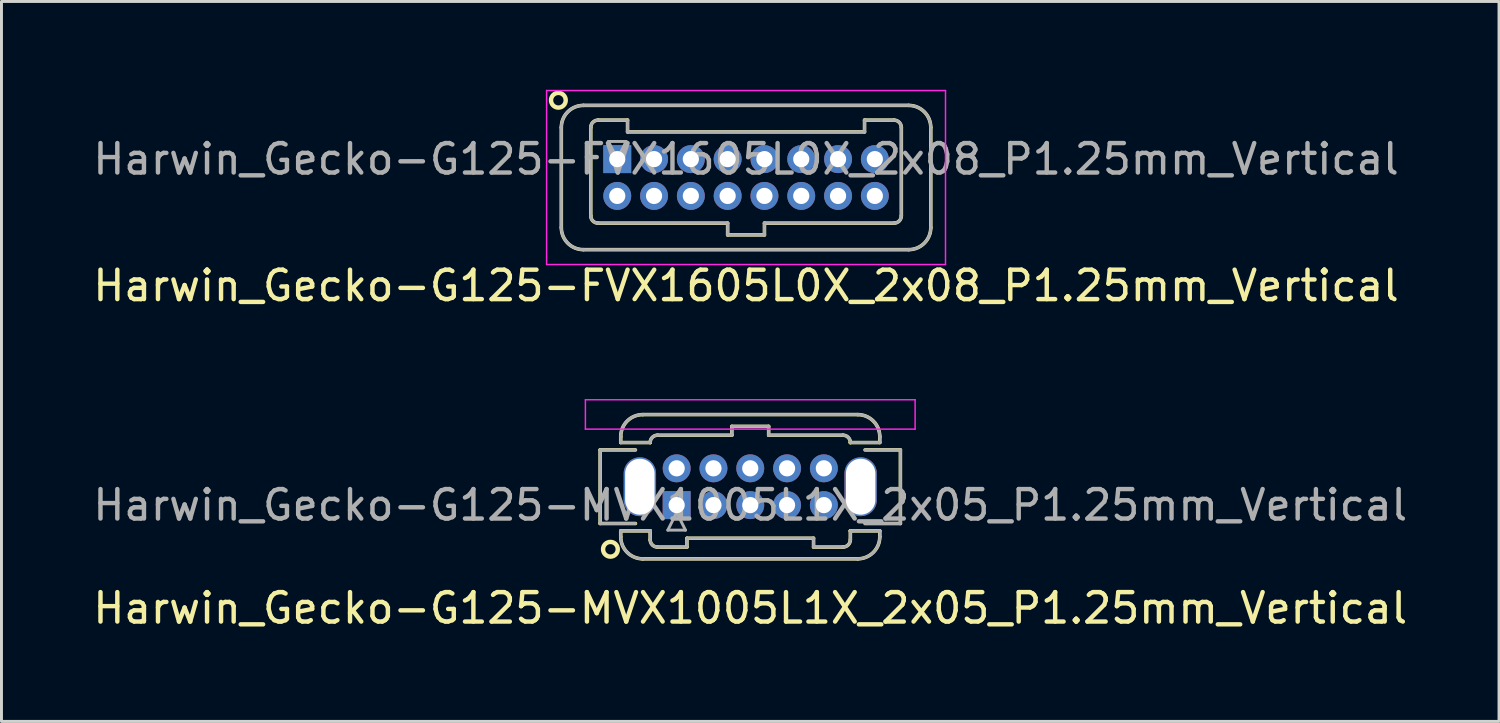
<source format=kicad_pcb>
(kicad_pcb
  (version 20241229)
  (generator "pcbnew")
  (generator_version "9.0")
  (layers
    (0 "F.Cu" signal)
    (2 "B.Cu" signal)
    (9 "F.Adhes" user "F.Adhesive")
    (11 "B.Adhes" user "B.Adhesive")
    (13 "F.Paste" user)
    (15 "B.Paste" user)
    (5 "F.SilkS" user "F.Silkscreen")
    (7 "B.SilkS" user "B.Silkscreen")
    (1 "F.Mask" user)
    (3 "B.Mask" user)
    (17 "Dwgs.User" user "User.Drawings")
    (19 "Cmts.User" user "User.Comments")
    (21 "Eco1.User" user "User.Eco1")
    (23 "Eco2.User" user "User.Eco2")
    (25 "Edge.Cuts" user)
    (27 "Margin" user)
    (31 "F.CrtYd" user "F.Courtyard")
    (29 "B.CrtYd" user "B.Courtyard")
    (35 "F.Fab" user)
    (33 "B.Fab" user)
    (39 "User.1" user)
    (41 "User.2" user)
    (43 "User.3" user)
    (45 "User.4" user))
  (footprint "Harwin_Gecko-G125-MVX1005L1X_2x05_P1.25mm_Vertical"
    (layer "F.Cu")
    (at 19.935 14.108)
    (property "Reference" "Harwin_Gecko-G125-MVX1005L1X_2x05_P1.25mm_Vertical" (at 2.5 3.5 0) (layer "F.SilkS") (effects (font (size 1 1) (thickness 0.15))))
    (attr through_hole)
    (fp_line (start -2.6 -1.875) (end -2.6 0.625) (stroke (width 0.12) (type solid)) (layer "F.SilkS"))
    (fp_line (start -2.6 0.625) (end -1.4 0.625) (stroke (width 0.12) (type solid)) (layer "F.SilkS"))
    (fp_line (start -1.9 -2.325) (end -1.9 -2.125) (stroke (width 0.12) (type solid)) (layer "F.SilkS"))
    (fp_line (start -1.9 -2.125) (end -0.9 -2.125) (stroke (width 0.12) (type solid)) (layer "F.SilkS"))
    (fp_line (start -1.9 0.875) (end -0.9 0.875) (stroke (width 0.12) (type solid)) (layer "F.SilkS"))
    (fp_line (start -1.9 1.075) (end -1.9 0.875) (stroke (width 0.12) (type solid)) (layer "F.SilkS"))
    (fp_line (start -1.4 -1.875) (end -2.6 -1.875) (stroke (width 0.12) (type solid)) (layer "F.SilkS"))
    (fp_line (start -1.15 -3.075) (end 6.15 -3.075) (stroke (width 0.12) (type solid)) (layer "F.SilkS"))
    (fp_line (start -1.15 1.825) (end 6.15 1.825) (stroke (width 0.12) (type solid)) (layer "F.SilkS"))
    (fp_line (start -0.9 -2.125) (end -0.9 -2.125) (stroke (width 0.12) (type solid)) (layer "F.SilkS"))
    (fp_line (start -0.9 0.875) (end -0.9 0.875) (stroke (width 0.12) (type solid)) (layer "F.SilkS"))
    (fp_line (start -0.9 1.175) (end -0.9 0.875) (stroke (width 0.12) (type solid)) (layer "F.SilkS"))
    (fp_line (start -0.65 -2.375) (end 1.875 -2.375) (stroke (width 0.12) (type solid)) (layer "F.SilkS"))
    (fp_line (start -0.65 1.425) (end 0.35 1.425) (stroke (width 0.12) (type solid)) (layer "F.SilkS"))
    (fp_line (start 0.35 1.125) (end 4.65 1.125) (stroke (width 0.12) (type solid)) (layer "F.SilkS"))
    (fp_line (start 0.35 1.425) (end 0.35 1.125) (stroke (width 0.12) (type solid)) (layer "F.SilkS"))
    (fp_line (start 1.875 -2.675) (end 3.125 -2.675) (stroke (width 0.12) (type solid)) (layer "F.SilkS"))
    (fp_line (start 1.875 -2.375) (end 1.875 -2.675) (stroke (width 0.12) (type solid)) (layer "F.SilkS"))
    (fp_line (start 3.125 -2.675) (end 3.125 -2.375) (stroke (width 0.12) (type solid)) (layer "F.SilkS"))
    (fp_line (start 3.125 -2.375) (end 5.65 -2.375) (stroke (width 0.12) (type solid)) (layer "F.SilkS"))
    (fp_line (start 4.65 1.125) (end 4.65 1.425) (stroke (width 0.12) (type solid)) (layer "F.SilkS"))
    (fp_line (start 4.65 1.425) (end 5.65 1.425) (stroke (width 0.12) (type solid)) (layer "F.SilkS"))
    (fp_line (start 5.9 -2.125) (end 5.9 -2.125) (stroke (width 0.12) (type solid)) (layer "F.SilkS"))
    (fp_line (start 5.9 0.875) (end 5.9 0.875) (stroke (width 0.12) (type solid)) (layer "F.SilkS"))
    (fp_line (start 5.9 1.175) (end 5.9 0.875) (stroke (width 0.12) (type solid)) (layer "F.SilkS"))
    (fp_line (start 6.4 -1.875) (end 7.6 -1.875) (stroke (width 0.12) (type solid)) (layer "F.SilkS"))
    (fp_line (start 6.9 -2.325) (end 6.9 -2.125) (stroke (width 0.12) (type solid)) (layer "F.SilkS"))
    (fp_line (start 6.9 -2.125) (end 5.9 -2.125) (stroke (width 0.12) (type solid)) (layer "F.SilkS"))
    (fp_line (start 6.9 0.875) (end 5.9 0.875) (stroke (width 0.12) (type solid)) (layer "F.SilkS"))
    (fp_line (start 6.9 1.075) (end 6.9 0.875) (stroke (width 0.12) (type solid)) (layer "F.SilkS"))
    (fp_line (start 7.6 -1.875) (end 7.6 0.625) (stroke (width 0.12) (type solid)) (layer "F.SilkS"))
    (fp_line (start 7.6 0.625) (end 6.4 0.625) (stroke (width 0.12) (type solid)) (layer "F.SilkS"))
    (fp_arc (start -1.9 -2.325) (mid -1.68033 -2.85533) (end -1.15 -3.075) (stroke (width 0.12) (type solid)) (layer "F.SilkS"))
    (fp_arc (start -1.15 1.825) (mid -1.68033 1.60533) (end -1.9 1.075) (stroke (width 0.12) (type solid)) (layer "F.SilkS"))
    (fp_arc (start -0.9 -2.125) (mid -0.826777 -2.301777) (end -0.65 -2.375) (stroke (width 0.12) (type solid)) (layer "F.SilkS"))
    (fp_arc (start -0.65 1.425) (mid -0.826777 1.351777) (end -0.9 1.175) (stroke (width 0.12) (type solid)) (layer "F.SilkS"))
    (fp_arc (start 5.65 -2.375) (mid 5.826777 -2.301777) (end 5.9 -2.125) (stroke (width 0.12) (type solid)) (layer "F.SilkS"))
    (fp_arc (start 5.9 1.175) (mid 5.826777 1.351777) (end 5.65 1.425) (stroke (width 0.12) (type solid)) (layer "F.SilkS"))
    (fp_arc (start 6.15 -3.075) (mid 6.68033 -2.85533) (end 6.9 -2.325) (stroke (width 0.12) (type solid)) (layer "F.SilkS"))
    (fp_arc (start 6.9 1.075) (mid 6.68033 1.60533) (end 6.15 1.825) (stroke (width 0.12) (type solid)) (layer "F.SilkS"))
    (fp_circle (center -2.25 1.5) (end -2 1.5) (stroke (width 0.15) (type solid)) (fill no) (layer "F.SilkS"))
    (fp_line (start -3.1 -3.58) (end -3.1 -2.58) (stroke (width 0.05) (type solid)) (layer "F.CrtYd"))
    (fp_line (start -3.1 -2.58) (end 8.1 -2.58) (stroke (width 0.05) (type solid)) (layer "F.CrtYd"))
    (fp_line (start 8.1 -3.58) (end -3.1 -3.58) (stroke (width 0.05) (type solid)) (layer "F.CrtYd"))
    (fp_line (start 8.1 -2.58) (end 8.1 -3.58) (stroke (width 0.05) (type solid)) (layer "F.CrtYd"))
    (fp_line (start -2.6 -1.875) (end -2.6 0.625) (stroke (width 0.1) (type solid)) (layer "F.Fab"))
    (fp_line (start -2.6 0.625) (end -1.4 0.625) (stroke (width 0.1) (type solid)) (layer "F.Fab"))
    (fp_line (start -1.9 -2.325) (end -1.9 -2.125) (stroke (width 0.1) (type solid)) (layer "F.Fab"))
    (fp_line (start -1.9 -2.125) (end -0.9 -2.125) (stroke (width 0.1) (type solid)) (layer "F.Fab"))
    (fp_line (start -1.9 0.875) (end -0.9 0.875) (stroke (width 0.1) (type solid)) (layer "F.Fab"))
    (fp_line (start -1.9 1.075) (end -1.9 0.875) (stroke (width 0.1) (type solid)) (layer "F.Fab"))
    (fp_line (start -1.4 -1.875) (end -2.6 -1.875) (stroke (width 0.1) (type solid)) (layer "F.Fab"))
    (fp_line (start -1.15 -3.075) (end 6.15 -3.075) (stroke (width 0.1) (type solid)) (layer "F.Fab"))
    (fp_line (start -1.15 1.825) (end 6.15 1.825) (stroke (width 0.1) (type solid)) (layer "F.Fab"))
    (fp_line (start -0.9 -2.125) (end -0.9 -2.125) (stroke (width 0.1) (type solid)) (layer "F.Fab"))
    (fp_line (start -0.9 0.875) (end -0.9 0.875) (stroke (width 0.1) (type solid)) (layer "F.Fab"))
    (fp_line (start -0.9 1.175) (end -0.9 0.875) (stroke (width 0.1) (type solid)) (layer "F.Fab"))
    (fp_line (start -0.65 -2.375) (end 1.875 -2.375) (stroke (width 0.1) (type solid)) (layer "F.Fab"))
    (fp_line (start -0.65 1.425) (end 0.35 1.425) (stroke (width 0.1) (type solid)) (layer "F.Fab"))
    (fp_line (start -0.3 0.85) (end 0.3 0.85) (stroke (width 0.1) (type solid)) (layer "F.Fab"))
    (fp_line (start 0 0.25) (end -0.3 0.85) (stroke (width 0.1) (type solid)) (layer "F.Fab"))
    (fp_line (start 0.3 0.85) (end 0 0.25) (stroke (width 0.1) (type solid)) (layer "F.Fab"))
    (fp_line (start 0.35 1.125) (end 4.65 1.125) (stroke (width 0.1) (type solid)) (layer "F.Fab"))
    (fp_line (start 0.35 1.425) (end 0.35 1.125) (stroke (width 0.1) (type solid)) (layer "F.Fab"))
    (fp_line (start 1.875 -2.675) (end 3.125 -2.675) (stroke (width 0.1) (type solid)) (layer "F.Fab"))
    (fp_line (start 1.875 -2.375) (end 1.875 -2.675) (stroke (width 0.1) (type solid)) (layer "F.Fab"))
    (fp_line (start 3.125 -2.675) (end 3.125 -2.375) (stroke (width 0.1) (type solid)) (layer "F.Fab"))
    (fp_line (start 3.125 -2.375) (end 5.65 -2.375) (stroke (width 0.1) (type solid)) (layer "F.Fab"))
    (fp_line (start 4.65 1.125) (end 4.65 1.425) (stroke (width 0.1) (type solid)) (layer "F.Fab"))
    (fp_line (start 4.65 1.425) (end 5.65 1.425) (stroke (width 0.1) (type solid)) (layer "F.Fab"))
    (fp_line (start 5.9 -2.125) (end 5.9 -2.125) (stroke (width 0.1) (type solid)) (layer "F.Fab"))
    (fp_line (start 5.9 0.875) (end 5.9 0.875) (stroke (width 0.1) (type solid)) (layer "F.Fab"))
    (fp_line (start 5.9 1.175) (end 5.9 0.875) (stroke (width 0.1) (type solid)) (layer "F.Fab"))
    (fp_line (start 6.4 -1.875) (end 7.6 -1.875) (stroke (width 0.1) (type solid)) (layer "F.Fab"))
    (fp_line (start 6.9 -2.325) (end 6.9 -2.125) (stroke (width 0.1) (type solid)) (layer "F.Fab"))
    (fp_line (start 6.9 -2.125) (end 5.9 -2.125) (stroke (width 0.1) (type solid)) (layer "F.Fab"))
    (fp_line (start 6.9 0.875) (end 5.9 0.875) (stroke (width 0.1) (type solid)) (layer "F.Fab"))
    (fp_line (start 6.9 1.075) (end 6.9 0.875) (stroke (width 0.1) (type solid)) (layer "F.Fab"))
    (fp_line (start 7.6 -1.875) (end 7.6 0.625) (stroke (width 0.1) (type solid)) (layer "F.Fab"))
    (fp_line (start 7.6 0.625) (end 6.4 0.625) (stroke (width 0.1) (type solid)) (layer "F.Fab"))
    (fp_arc (start -1.9 -2.325) (mid -1.68033 -2.85533) (end -1.15 -3.075) (stroke (width 0.1) (type solid)) (layer "F.Fab"))
    (fp_arc (start -1.15 1.825) (mid -1.68033 1.60533) (end -1.9 1.075) (stroke (width 0.1) (type solid)) (layer "F.Fab"))
    (fp_arc (start -0.9 -2.125) (mid -0.826777 -2.301777) (end -0.65 -2.375) (stroke (width 0.1) (type solid)) (layer "F.Fab"))
    (fp_arc (start -0.65 1.425) (mid -0.826777 1.351777) (end -0.9 1.175) (stroke (width 0.1) (type solid)) (layer "F.Fab"))
    (fp_arc (start 5.65 -2.375) (mid 5.826777 -2.301777) (end 5.9 -2.125) (stroke (width 0.1) (type solid)) (layer "F.Fab"))
    (fp_arc (start 5.9 1.175) (mid 5.826777 1.351777) (end 5.65 1.425) (stroke (width 0.1) (type solid)) (layer "F.Fab"))
    (fp_arc (start 6.15 -3.075) (mid 6.68033 -2.85533) (end 6.9 -2.325) (stroke (width 0.1) (type solid)) (layer "F.Fab"))
    (fp_arc (start 6.9 1.075) (mid 6.68033 1.60533) (end 6.15 1.825) (stroke (width 0.1) (type solid)) (layer "F.Fab"))
    (fp_text user "${REFERENCE}" (at 2.5 0 0) (layer "F.Fab") (effects (font (size 1 1) (thickness 0.15))))
    (pad "" np_thru_hole oval (at -1.25 -0.625) (size 1.1 2) (drill oval 1 1.9) (layers "*.Cu" "*.Mask"))
    (pad "" np_thru_hole oval (at 6.25 -0.625) (size 1.1 2) (drill oval 1 1.9) (layers "*.Cu" "*.Mask"))
    (pad "1" thru_hole rect (at 0 0) (size 0.95 0.95) (drill 0.55) (layers "*.Cu" "*.Mask"))
    (pad "2" thru_hole circle (at 0 -1.25) (size 0.95 0.95) (drill 0.55) (layers "*.Cu" "*.Mask"))
    (pad "3" thru_hole circle (at 1.25 0) (size 0.95 0.95) (drill 0.55) (layers "*.Cu" "*.Mask"))
    (pad "4" thru_hole circle (at 1.25 -1.25) (size 0.95 0.95) (drill 0.55) (layers "*.Cu" "*.Mask"))
    (pad "5" thru_hole circle (at 2.5 0) (size 0.95 0.95) (drill 0.55) (layers "*.Cu" "*.Mask"))
    (pad "6" thru_hole circle (at 2.5 -1.25) (size 0.95 0.95) (drill 0.55) (layers "*.Cu" "*.Mask"))
    (pad "7" thru_hole circle (at 3.75 0) (size 0.95 0.95) (drill 0.55) (layers "*.Cu" "*.Mask"))
    (pad "8" thru_hole circle (at 3.75 -1.25) (size 0.95 0.95) (drill 0.55) (layers "*.Cu" "*.Mask"))
    (pad "9" thru_hole circle (at 5 0) (size 0.95 0.95) (drill 0.55) (layers "*.Cu" "*.Mask"))
    (pad "10" thru_hole circle (at 5 -1.25) (size 0.95 0.95) (drill 0.55) (layers "*.Cu" "*.Mask")))
  (footprint "Harwin_Gecko-G125-FVX1605L0X_2x08_P1.25mm_Vertical"
    (layer "F.Cu")
    (at 17.917 2.355)
    (property "Reference" "Harwin_Gecko-G125-FVX1605L0X_2x08_P1.25mm_Vertical" (at 4.375 4.3 0) (layer "F.SilkS") (effects (font (size 1 1) (thickness 0.15))))
    (attr through_hole)
    (fp_line (start -1.9 -1.075) (end -1.9 2.325) (stroke (width 0.12) (type solid)) (layer "F.SilkS"))
    (fp_line (start -1.15 -1.825) (end 9.9 -1.825) (stroke (width 0.12) (type solid)) (layer "F.SilkS"))
    (fp_line (start -1.15 3.075) (end 9.9 3.075) (stroke (width 0.12) (type solid)) (layer "F.SilkS"))
    (fp_line (start -0.9 -1.075) (end -0.9 1.925) (stroke (width 0.12) (type solid)) (layer "F.SilkS"))
    (fp_line (start -0.65 -1.325) (end 0.35 -1.325) (stroke (width 0.12) (type solid)) (layer "F.SilkS"))
    (fp_line (start -0.65 2.175) (end 3.75 2.175) (stroke (width 0.12) (type solid)) (layer "F.SilkS"))
    (fp_line (start 0.35 -1.325) (end 0.35 -0.925) (stroke (width 0.12) (type solid)) (layer "F.SilkS"))
    (fp_line (start 0.35 -0.925) (end 8.4 -0.925) (stroke (width 0.12) (type solid)) (layer "F.SilkS"))
    (fp_line (start 3.75 2.175) (end 3.75 2.575) (stroke (width 0.12) (type solid)) (layer "F.SilkS"))
    (fp_line (start 3.75 2.575) (end 5 2.575) (stroke (width 0.12) (type solid)) (layer "F.SilkS"))
    (fp_line (start 5 2.175) (end 9.4 2.175) (stroke (width 0.12) (type solid)) (layer "F.SilkS"))
    (fp_line (start 5 2.575) (end 5 2.175) (stroke (width 0.12) (type solid)) (layer "F.SilkS"))
    (fp_line (start 8.4 -1.325) (end 9.4 -1.325) (stroke (width 0.12) (type solid)) (layer "F.SilkS"))
    (fp_line (start 8.4 -0.925) (end 8.4 -1.325) (stroke (width 0.12) (type solid)) (layer "F.SilkS"))
    (fp_line (start 9.65 -1.075) (end 9.65 1.925) (stroke (width 0.12) (type solid)) (layer "F.SilkS"))
    (fp_line (start 10.65 -1.075) (end 10.65 2.325) (stroke (width 0.12) (type solid)) (layer "F.SilkS"))
    (fp_arc (start -1.9 -1.075) (mid -1.68033 -1.60533) (end -1.15 -1.825) (stroke (width 0.12) (type solid)) (layer "F.SilkS"))
    (fp_arc (start -1.15 3.075) (mid -1.68033 2.85533) (end -1.9 2.325) (stroke (width 0.12) (type solid)) (layer "F.SilkS"))
    (fp_arc (start -0.9 -1.075) (mid -0.826777 -1.251777) (end -0.65 -1.325) (stroke (width 0.12) (type solid)) (layer "F.SilkS"))
    (fp_arc (start -0.65 2.175) (mid -0.826777 2.101777) (end -0.9 1.925) (stroke (width 0.12) (type solid)) (layer "F.SilkS"))
    (fp_arc (start 9.4 -1.325) (mid 9.576777 -1.251777) (end 9.65 -1.075) (stroke (width 0.12) (type solid)) (layer "F.SilkS"))
    (fp_arc (start 9.65 1.925) (mid 9.576777 2.101777) (end 9.4 2.175) (stroke (width 0.12) (type solid)) (layer "F.SilkS"))
    (fp_arc (start 9.9 -1.825) (mid 10.43033 -1.60533) (end 10.65 -1.075) (stroke (width 0.12) (type solid)) (layer "F.SilkS"))
    (fp_arc (start 10.65 2.325) (mid 10.43033 2.85533) (end 9.9 3.075) (stroke (width 0.12) (type solid)) (layer "F.SilkS"))
    (fp_circle (center -2 -2) (end -1.75 -2) (stroke (width 0.15) (type solid)) (fill no) (layer "F.SilkS"))
    (fp_line (start -2.4 -2.33) (end -2.4 3.58) (stroke (width 0.05) (type solid)) (layer "F.CrtYd"))
    (fp_line (start -2.4 3.58) (end 11.15 3.58) (stroke (width 0.05) (type solid)) (layer "F.CrtYd"))
    (fp_line (start 11.15 -2.33) (end -2.4 -2.33) (stroke (width 0.05) (type solid)) (layer "F.CrtYd"))
    (fp_line (start 11.15 3.58) (end 11.15 -2.33) (stroke (width 0.05) (type solid)) (layer "F.CrtYd"))
    (fp_line (start -1.9 -1.075) (end -1.9 2.325) (stroke (width 0.1) (type solid)) (layer "F.Fab"))
    (fp_line (start -1.15 -1.825) (end 9.9 -1.825) (stroke (width 0.1) (type solid)) (layer "F.Fab"))
    (fp_line (start -1.15 3.075) (end 9.9 3.075) (stroke (width 0.1) (type solid)) (layer "F.Fab"))
    (fp_line (start -0.9 -1.075) (end -0.9 1.925) (stroke (width 0.1) (type solid)) (layer "F.Fab"))
    (fp_line (start -0.65 -1.325) (end 0.35 -1.325) (stroke (width 0.1) (type solid)) (layer "F.Fab"))
    (fp_line (start -0.65 2.175) (end 3.75 2.175) (stroke (width 0.1) (type solid)) (layer "F.Fab"))
    (fp_line (start -0.3 -0.6) (end 0.3 -0.6) (stroke (width 0.1) (type solid)) (layer "F.Fab"))
    (fp_line (start 0 0) (end -0.3 -0.6) (stroke (width 0.1) (type solid)) (layer "F.Fab"))
    (fp_line (start 0.3 -0.6) (end 0 0) (stroke (width 0.1) (type solid)) (layer "F.Fab"))
    (fp_line (start 0.35 -1.325) (end 0.35 -0.925) (stroke (width 0.1) (type solid)) (layer "F.Fab"))
    (fp_line (start 0.35 -0.925) (end 8.4 -0.925) (stroke (width 0.1) (type solid)) (layer "F.Fab"))
    (fp_line (start 3.75 2.175) (end 3.75 2.575) (stroke (width 0.1) (type solid)) (layer "F.Fab"))
    (fp_line (start 3.75 2.575) (end 5 2.575) (stroke (width 0.1) (type solid)) (layer "F.Fab"))
    (fp_line (start 5 2.175) (end 9.4 2.175) (stroke (width 0.1) (type solid)) (layer "F.Fab"))
    (fp_line (start 5 2.575) (end 5 2.175) (stroke (width 0.1) (type solid)) (layer "F.Fab"))
    (fp_line (start 8.4 -1.325) (end 9.4 -1.325) (stroke (width 0.1) (type solid)) (layer "F.Fab"))
    (fp_line (start 8.4 -0.925) (end 8.4 -1.325) (stroke (width 0.1) (type solid)) (layer "F.Fab"))
    (fp_line (start 9.65 -1.075) (end 9.65 1.925) (stroke (width 0.1) (type solid)) (layer "F.Fab"))
    (fp_line (start 10.65 -1.075) (end 10.65 2.325) (stroke (width 0.1) (type solid)) (layer "F.Fab"))
    (fp_arc (start -1.9 -1.075) (mid -1.68033 -1.60533) (end -1.15 -1.825) (stroke (width 0.1) (type solid)) (layer "F.Fab"))
    (fp_arc (start -1.15 3.075) (mid -1.68033 2.85533) (end -1.9 2.325) (stroke (width 0.1) (type solid)) (layer "F.Fab"))
    (fp_arc (start -0.9 -1.075) (mid -0.826777 -1.251777) (end -0.65 -1.325) (stroke (width 0.1) (type solid)) (layer "F.Fab"))
    (fp_arc (start -0.65 2.175) (mid -0.826777 2.101777) (end -0.9 1.925) (stroke (width 0.1) (type solid)) (layer "F.Fab"))
    (fp_arc (start 9.4 -1.325) (mid 9.576777 -1.251777) (end 9.65 -1.075) (stroke (width 0.1) (type solid)) (layer "F.Fab"))
    (fp_arc (start 9.65 1.925) (mid 9.576777 2.101777) (end 9.4 2.175) (stroke (width 0.1) (type solid)) (layer "F.Fab"))
    (fp_arc (start 9.9 -1.825) (mid 10.43033 -1.60533) (end 10.65 -1.075) (stroke (width 0.1) (type solid)) (layer "F.Fab"))
    (fp_arc (start 10.65 2.325) (mid 10.43033 2.85533) (end 9.9 3.075) (stroke (width 0.1) (type solid)) (layer "F.Fab"))
    (fp_text user "${REFERENCE}" (at 4.375 0 0) (layer "F.Fab") (effects (font (size 1 1) (thickness 0.15))))
    (pad "1" thru_hole rect (at 0 0) (size 0.95 0.95) (drill 0.55) (layers "*.Cu" "*.Mask"))
    (pad "2" thru_hole circle (at 0 1.25) (size 0.95 0.95) (drill 0.55) (layers "*.Cu" "*.Mask"))
    (pad "3" thru_hole circle (at 1.25 0) (size 0.95 0.95) (drill 0.55) (layers "*.Cu" "*.Mask"))
    (pad "4" thru_hole circle (at 1.25 1.25) (size 0.95 0.95) (drill 0.55) (layers "*.Cu" "*.Mask"))
    (pad "5" thru_hole circle (at 2.5 0) (size 0.95 0.95) (drill 0.55) (layers "*.Cu" "*.Mask"))
    (pad "6" thru_hole circle (at 2.5 1.25) (size 0.95 0.95) (drill 0.55) (layers "*.Cu" "*.Mask"))
    (pad "7" thru_hole circle (at 3.75 0) (size 0.95 0.95) (drill 0.55) (layers "*.Cu" "*.Mask"))
    (pad "8" thru_hole circle (at 3.75 1.25) (size 0.95 0.95) (drill 0.55) (layers "*.Cu" "*.Mask"))
    (pad "9" thru_hole circle (at 5 0) (size 0.95 0.95) (drill 0.55) (layers "*.Cu" "*.Mask"))
    (pad "10" thru_hole circle (at 5 1.25) (size 0.95 0.95) (drill 0.55) (layers "*.Cu" "*.Mask"))
    (pad "11" thru_hole circle (at 6.25 0) (size 0.95 0.95) (drill 0.55) (layers "*.Cu" "*.Mask"))
    (pad "12" thru_hole circle (at 6.25 1.25) (size 0.95 0.95) (drill 0.55) (layers "*.Cu" "*.Mask"))
    (pad "13" thru_hole circle (at 7.5 0) (size 0.95 0.95) (drill 0.55) (layers "*.Cu" "*.Mask"))
    (pad "14" thru_hole circle (at 7.5 1.25) (size 0.95 0.95) (drill 0.55) (layers "*.Cu" "*.Mask"))
    (pad "15" thru_hole circle (at 8.75 0) (size 0.95 0.95) (drill 0.55) (layers "*.Cu" "*.Mask"))
    (pad "16" thru_hole circle (at 8.75 1.25) (size 0.95 0.95) (drill 0.55) (layers "*.Cu" "*.Mask")))
  (gr_rect
    (start -3 -3)
    (end 47.869 21.456)
    (stroke (width 0.1) (type default))
    (fill no)
    (layer "Edge.Cuts")))
</source>
